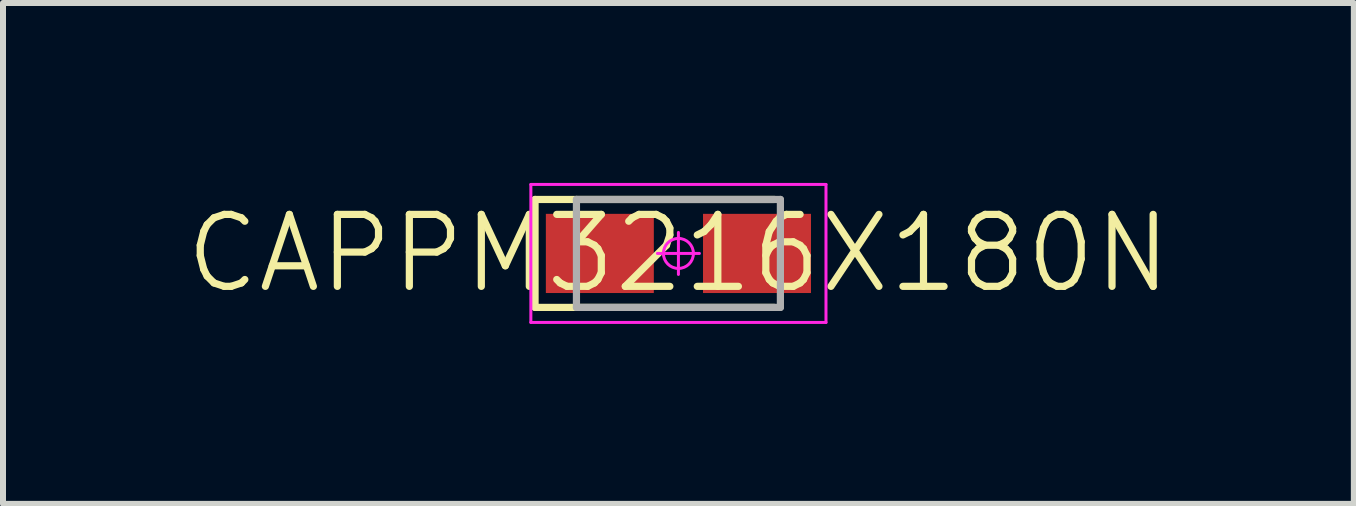
<source format=kicad_pcb>
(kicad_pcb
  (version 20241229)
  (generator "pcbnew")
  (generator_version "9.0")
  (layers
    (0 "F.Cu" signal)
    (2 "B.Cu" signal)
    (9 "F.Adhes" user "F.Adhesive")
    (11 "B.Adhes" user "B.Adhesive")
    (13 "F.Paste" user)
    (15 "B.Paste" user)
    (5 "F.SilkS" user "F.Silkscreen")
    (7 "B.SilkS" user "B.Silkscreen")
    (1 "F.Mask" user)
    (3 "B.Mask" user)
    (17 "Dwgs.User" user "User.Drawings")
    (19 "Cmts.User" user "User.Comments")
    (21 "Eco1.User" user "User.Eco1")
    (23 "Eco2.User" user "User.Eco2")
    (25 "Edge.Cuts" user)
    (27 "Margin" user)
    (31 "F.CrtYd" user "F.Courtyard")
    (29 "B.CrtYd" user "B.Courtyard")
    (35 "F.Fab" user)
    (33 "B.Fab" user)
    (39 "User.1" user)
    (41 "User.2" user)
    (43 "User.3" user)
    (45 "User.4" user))
  (footprint "CAPPM3216X180N"
    (layer "F.Cu")
    (at 8.26 1.175)
    (property "Reference" "CAPPM3216X180N" (at 0 0 0) (layer "F.SilkS") (effects (font (size 1.2 1.2) (thickness 0.12))))
    (attr smd)
    (fp_line (start -2.39 -0.9) (end -2.39 0.9) (stroke (width 0.12) (type solid)) (layer "F.SilkS"))
    (fp_line (start -2.39 0.9) (end 1.6 0.9) (stroke (width 0.12) (type solid)) (layer "F.SilkS"))
    (fp_line (start 1.6 -0.9) (end -2.39 -0.9) (stroke (width 0.12) (type solid)) (layer "F.SilkS"))
    (fp_line (start -2.46 -1.15) (end 2.46 -1.15) (stroke (width 0.05) (type solid)) (layer "F.CrtYd"))
    (fp_line (start -2.46 1.15) (end -2.46 -1.15) (stroke (width 0.05) (type solid)) (layer "F.CrtYd"))
    (fp_line (start 0 -0.35) (end 0 0.35) (stroke (width 0.05) (type solid)) (layer "F.CrtYd"))
    (fp_line (start 0.35 0) (end -0.35 0) (stroke (width 0.05) (type solid)) (layer "F.CrtYd"))
    (fp_line (start 2.46 -1.15) (end 2.46 1.15) (stroke (width 0.05) (type solid)) (layer "F.CrtYd"))
    (fp_line (start 2.46 1.15) (end -2.46 1.15) (stroke (width 0.05) (type solid)) (layer "F.CrtYd"))
    (fp_circle (center 0 0) (end 0 0.25) (stroke (width 0.05) (type solid)) (fill no) (layer "F.CrtYd"))
    (fp_line (start -1.7 -0.9) (end 1.7 -0.9) (stroke (width 0.12) (type solid)) (layer "F.Fab"))
    (fp_line (start -1.7 0.9) (end -1.7 -0.9) (stroke (width 0.12) (type solid)) (layer "F.Fab"))
    (fp_line (start 1.7 -0.9) (end 1.7 0.9) (stroke (width 0.12) (type solid)) (layer "F.Fab"))
    (fp_line (start 1.7 0.9) (end -1.7 0.9) (stroke (width 0.12) (type solid)) (layer "F.Fab"))
    (pad "1" smd rect (at -1.31 0) (size 1.8 1.32) (layers "F.Cu" "F.Mask" "F.Paste"))
    (pad "2" smd rect (at 1.31 0) (size 1.8 1.32) (layers "F.Cu" "F.Mask" "F.Paste")))
  (gr_rect
    (start -3 -3)
    (end 19.52 5.35)
    (stroke (width 0.1) (type default))
    (fill no)
    (layer "Edge.Cuts")))
</source>
